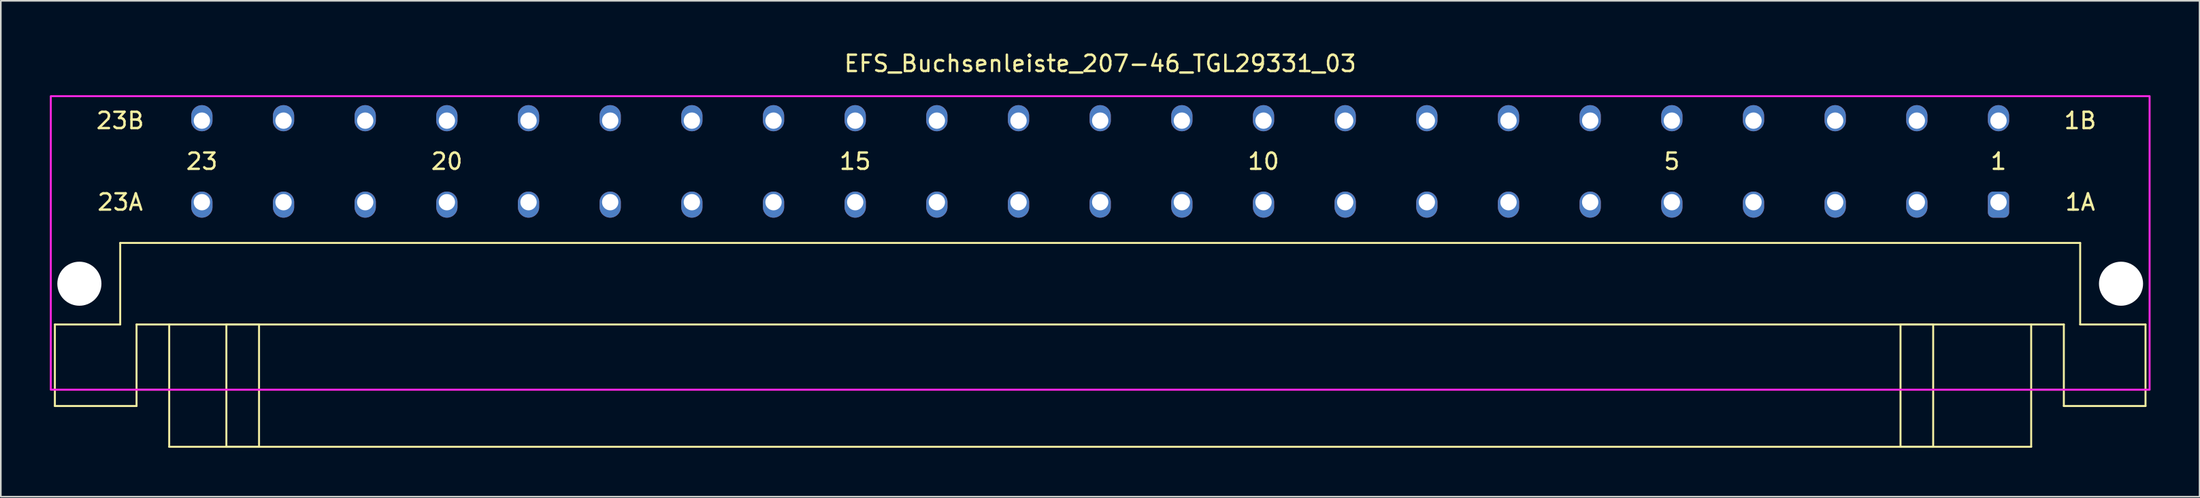
<source format=kicad_pcb>
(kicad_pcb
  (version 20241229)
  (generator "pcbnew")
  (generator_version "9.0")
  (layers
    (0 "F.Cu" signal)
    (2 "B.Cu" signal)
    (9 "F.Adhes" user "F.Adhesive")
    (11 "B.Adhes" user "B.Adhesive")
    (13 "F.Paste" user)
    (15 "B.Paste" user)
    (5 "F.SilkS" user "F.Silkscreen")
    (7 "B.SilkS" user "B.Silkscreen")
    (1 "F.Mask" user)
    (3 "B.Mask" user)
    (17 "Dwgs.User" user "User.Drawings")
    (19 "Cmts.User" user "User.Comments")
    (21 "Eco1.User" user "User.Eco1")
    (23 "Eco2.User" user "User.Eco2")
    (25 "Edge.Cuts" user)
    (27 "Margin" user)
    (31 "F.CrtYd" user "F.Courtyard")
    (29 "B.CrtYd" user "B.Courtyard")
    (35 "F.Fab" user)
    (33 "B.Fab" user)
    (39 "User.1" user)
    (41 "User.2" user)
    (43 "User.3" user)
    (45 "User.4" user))
  (footprint "EFS_Buchsenleiste_207-46_TGL29331_03"
    (layer "F.Cu")
    (at 64.31 20.848)
    (property "Reference" "EFS_Buchsenleiste_207-46_TGL29331_03" (at 0 -20 0) (layer "F.SilkS") (effects (font (size 1 1) (thickness 0.15))))
    (attr through_hole)
    (fp_line (start -64 -4) (end -64 1) (stroke (width 0.12) (type solid)) (layer "F.SilkS"))
    (fp_line (start -64 -4) (end -60 -4) (stroke (width 0.12) (type solid)) (layer "F.SilkS"))
    (fp_line (start -64 1) (end -59 1) (stroke (width 0.12) (type solid)) (layer "F.SilkS"))
    (fp_line (start -60 -9) (end -60 -4) (stroke (width 0.12) (type solid)) (layer "F.SilkS"))
    (fp_line (start -59 -4) (end -59 1) (stroke (width 0.12) (type solid)) (layer "F.SilkS"))
    (fp_line (start -59 -4) (end 59 -4) (stroke (width 0.12) (type solid)) (layer "F.SilkS"))
    (fp_line (start -57 0) (end -59 0) (stroke (width 0.12) (type solid)) (layer "F.SilkS"))
    (fp_line (start -57 3.5) (end -57 -4) (stroke (width 0.12) (type solid)) (layer "F.SilkS"))
    (fp_line (start -57 3.5) (end 57 3.5) (stroke (width 0.12) (type solid)) (layer "F.SilkS"))
    (fp_line (start 57 3.5) (end 57 -4) (stroke (width 0.12) (type solid)) (layer "F.SilkS"))
    (fp_line (start 59 -4) (end 59 1) (stroke (width 0.12) (type solid)) (layer "F.SilkS"))
    (fp_line (start 59 0) (end 57 0) (stroke (width 0.12) (type solid)) (layer "F.SilkS"))
    (fp_line (start 59 1) (end 64 1) (stroke (width 0.12) (type solid)) (layer "F.SilkS"))
    (fp_line (start 60 -9) (end -60 -9) (stroke (width 0.12) (type solid)) (layer "F.SilkS"))
    (fp_line (start 60 -9) (end 60 -4) (stroke (width 0.12) (type solid)) (layer "F.SilkS"))
    (fp_line (start 60 -4) (end 64 -4) (stroke (width 0.12) (type solid)) (layer "F.SilkS"))
    (fp_line (start 64 -4) (end 64 1) (stroke (width 0.12) (type solid)) (layer "F.SilkS"))
    (fp_rect (start -53.5 -4) (end -51.5 3.5) (stroke (width 0.12) (type solid)) (fill no) (layer "F.SilkS"))
    (fp_rect (start 49 -4) (end 51 3.5) (stroke (width 0.12) (type solid)) (fill no) (layer "F.SilkS"))
    (fp_rect (start -64.25 -18) (end 64.25 0) (stroke (width 0.12) (type solid)) (fill no) (layer "F.CrtYd"))
    (fp_text user "10" (at 10 -14 180) (layer "F.SilkS") (effects (font (size 1 1) (thickness 0.15))))
    (fp_text user "23B" (at -60 -16.5 180) (layer "F.SilkS") (effects (font (size 1 1) (thickness 0.15))))
    (fp_text user "1" (at 55 -14 180) (layer "F.SilkS") (effects (font (size 1 1) (thickness 0.15))))
    (fp_text user "20" (at -40 -14 180) (layer "F.SilkS") (effects (font (size 1 1) (thickness 0.15))))
    (fp_text user "1B" (at 60 -16.5 180) (layer "F.SilkS") (effects (font (size 1 1) (thickness 0.15))))
    (fp_text user "1A" (at 60 -11.5 180) (layer "F.SilkS") (effects (font (size 1 1) (thickness 0.15))))
    (fp_text user "15" (at -15 -14 180) (layer "F.SilkS") (effects (font (size 1 1) (thickness 0.15))))
    (fp_text user "23A" (at -60 -11.5 180) (layer "F.SilkS") (effects (font (size 1 1) (thickness 0.15))))
    (fp_text user "5" (at 35 -14 180) (layer "F.SilkS") (effects (font (size 1 1) (thickness 0.15))))
    (fp_text user "23" (at -55 -14 180) (layer "F.SilkS") (effects (font (size 1 1) (thickness 0.15))))
    (pad "" np_thru_hole circle (at -62.5 -6.5 180) (size 2.7 2.7) (drill 2.7) (layers "*.Cu" "*.Mask"))
    (pad "" np_thru_hole circle (at 62.5 -6.5 180) (size 2.7 2.7) (drill 2.7) (layers "*.Cu" "*.Mask"))
    (pad "1a" thru_hole roundrect (at 55 -11.5 180) (size 1.3 1.6) (drill 1 (offset 0 -0.15)) (layers "*.Cu" "*.Mask") (roundrect_rratio 0.25))
    (pad "1b" thru_hole oval (at 55 -16.5 180) (size 1.3 1.6) (drill 1 (offset 0 0.15)) (layers "*.Cu" "*.Mask"))
    (pad "2a" thru_hole oval (at 50 -11.5 180) (size 1.3 1.6) (drill 1 (offset 0 -0.15)) (layers "*.Cu" "*.Mask"))
    (pad "2b" thru_hole oval (at 50 -16.5 180) (size 1.3 1.6) (drill 1 (offset 0 0.15)) (layers "*.Cu" "*.Mask"))
    (pad "3a" thru_hole oval (at 45 -11.5 180) (size 1.3 1.6) (drill 1 (offset 0 -0.15)) (layers "*.Cu" "*.Mask"))
    (pad "3b" thru_hole oval (at 45 -16.5 180) (size 1.3 1.6) (drill 1 (offset 0 0.15)) (layers "*.Cu" "*.Mask"))
    (pad "4a" thru_hole oval (at 40 -11.5 180) (size 1.3 1.6) (drill 1 (offset 0 -0.15)) (layers "*.Cu" "*.Mask"))
    (pad "4b" thru_hole oval (at 40 -16.5 180) (size 1.3 1.6) (drill 1 (offset 0 0.15)) (layers "*.Cu" "*.Mask"))
    (pad "5a" thru_hole oval (at 35 -11.5 180) (size 1.3 1.6) (drill 1 (offset 0 -0.15)) (layers "*.Cu" "*.Mask"))
    (pad "5b" thru_hole oval (at 35 -16.5 180) (size 1.3 1.6) (drill 1 (offset 0 0.15)) (layers "*.Cu" "*.Mask"))
    (pad "6a" thru_hole oval (at 30 -11.5 180) (size 1.3 1.6) (drill 1 (offset 0 -0.15)) (layers "*.Cu" "*.Mask"))
    (pad "6b" thru_hole oval (at 30 -16.5 180) (size 1.3 1.6) (drill 1 (offset 0 0.15)) (layers "*.Cu" "*.Mask"))
    (pad "7a" thru_hole oval (at 25 -11.5 180) (size 1.3 1.6) (drill 1 (offset 0 -0.15)) (layers "*.Cu" "*.Mask"))
    (pad "7b" thru_hole oval (at 25 -16.5 180) (size 1.3 1.6) (drill 1 (offset 0 0.15)) (layers "*.Cu" "*.Mask"))
    (pad "8a" thru_hole oval (at 20 -11.5 180) (size 1.3 1.6) (drill 1 (offset 0 -0.15)) (layers "*.Cu" "*.Mask"))
    (pad "8b" thru_hole oval (at 20 -16.5 180) (size 1.3 1.6) (drill 1 (offset 0 0.15)) (layers "*.Cu" "*.Mask"))
    (pad "9a" thru_hole oval (at 15 -11.5 180) (size 1.3 1.6) (drill 1 (offset 0 -0.15)) (layers "*.Cu" "*.Mask"))
    (pad "9b" thru_hole oval (at 15 -16.5 180) (size 1.3 1.6) (drill 1 (offset 0 0.15)) (layers "*.Cu" "*.Mask"))
    (pad "10a" thru_hole oval (at 10 -11.5 180) (size 1.3 1.6) (drill 1 (offset 0 -0.15)) (layers "*.Cu" "*.Mask"))
    (pad "10b" thru_hole oval (at 10 -16.5 180) (size 1.3 1.6) (drill 1 (offset 0 0.15)) (layers "*.Cu" "*.Mask"))
    (pad "11a" thru_hole oval (at 5 -11.5 180) (size 1.3 1.6) (drill 1 (offset 0 -0.15)) (layers "*.Cu" "*.Mask"))
    (pad "11b" thru_hole oval (at 5 -16.5 180) (size 1.3 1.6) (drill 1 (offset 0 0.15)) (layers "*.Cu" "*.Mask"))
    (pad "12a" thru_hole oval (at 0 -11.5 180) (size 1.3 1.6) (drill 1 (offset 0 -0.15)) (layers "*.Cu" "*.Mask"))
    (pad "12b" thru_hole oval (at 0 -16.5 180) (size 1.3 1.6) (drill 1 (offset 0 0.15)) (layers "*.Cu" "*.Mask"))
    (pad "13a" thru_hole oval (at -5 -11.5 180) (size 1.3 1.6) (drill 1 (offset 0 -0.15)) (layers "*.Cu" "*.Mask"))
    (pad "13b" thru_hole oval (at -5 -16.5 180) (size 1.3 1.6) (drill 1 (offset 0 0.15)) (layers "*.Cu" "*.Mask"))
    (pad "14a" thru_hole oval (at -10 -11.5 180) (size 1.3 1.6) (drill 1 (offset 0 -0.15)) (layers "*.Cu" "*.Mask"))
    (pad "14b" thru_hole oval (at -10 -16.5 180) (size 1.3 1.6) (drill 1 (offset 0 0.15)) (layers "*.Cu" "*.Mask"))
    (pad "15a" thru_hole oval (at -15 -11.5 180) (size 1.3 1.6) (drill 1 (offset 0 -0.15)) (layers "*.Cu" "*.Mask"))
    (pad "15b" thru_hole oval (at -15 -16.5 180) (size 1.3 1.6) (drill 1 (offset 0 0.15)) (layers "*.Cu" "*.Mask"))
    (pad "16a" thru_hole oval (at -20 -11.5 180) (size 1.3 1.6) (drill 1 (offset 0 -0.15)) (layers "*.Cu" "*.Mask"))
    (pad "16b" thru_hole oval (at -20 -16.5 180) (size 1.3 1.6) (drill 1 (offset 0 0.15)) (layers "*.Cu" "*.Mask"))
    (pad "17a" thru_hole oval (at -25 -11.5 180) (size 1.3 1.6) (drill 1 (offset 0 -0.15)) (layers "*.Cu" "*.Mask"))
    (pad "17b" thru_hole oval (at -25 -16.5 180) (size 1.3 1.6) (drill 1 (offset 0 0.15)) (layers "*.Cu" "*.Mask"))
    (pad "18a" thru_hole oval (at -30 -11.5 180) (size 1.3 1.6) (drill 1 (offset 0 -0.15)) (layers "*.Cu" "*.Mask"))
    (pad "18b" thru_hole oval (at -30 -16.5 180) (size 1.3 1.6) (drill 1 (offset 0 0.15)) (layers "*.Cu" "*.Mask"))
    (pad "19a" thru_hole oval (at -35 -11.5 180) (size 1.3 1.6) (drill 1 (offset 0 -0.15)) (layers "*.Cu" "*.Mask"))
    (pad "19b" thru_hole oval (at -35 -16.5 180) (size 1.3 1.6) (drill 1 (offset 0 0.15)) (layers "*.Cu" "*.Mask"))
    (pad "20a" thru_hole oval (at -40 -11.5 180) (size 1.3 1.6) (drill 1 (offset 0 -0.15)) (layers "*.Cu" "*.Mask"))
    (pad "20b" thru_hole oval (at -40 -16.5 180) (size 1.3 1.6) (drill 1 (offset 0 0.15)) (layers "*.Cu" "*.Mask"))
    (pad "21a" thru_hole oval (at -45 -11.5 180) (size 1.3 1.6) (drill 1 (offset 0 -0.15)) (layers "*.Cu" "*.Mask"))
    (pad "21b" thru_hole oval (at -45 -16.5 180) (size 1.3 1.6) (drill 1 (offset 0 0.15)) (layers "*.Cu" "*.Mask"))
    (pad "22a" thru_hole oval (at -50 -11.5 180) (size 1.3 1.6) (drill 1 (offset 0 -0.15)) (layers "*.Cu" "*.Mask"))
    (pad "22b" thru_hole oval (at -50 -16.5 180) (size 1.3 1.6) (drill 1 (offset 0 0.15)) (layers "*.Cu" "*.Mask"))
    (pad "23a" thru_hole oval (at -55 -11.5 180) (size 1.3 1.6) (drill 1 (offset 0 -0.15)) (layers "*.Cu" "*.Mask"))
    (pad "23b" thru_hole oval (at -55 -16.5 180) (size 1.3 1.6) (drill 1 (offset 0 0.15)) (layers "*.Cu" "*.Mask")))
  (gr_rect
    (start -3 -3)
    (end 131.62 27.408)
    (stroke (width 0.1) (type default))
    (fill no)
    (layer "Edge.Cuts")))
</source>
